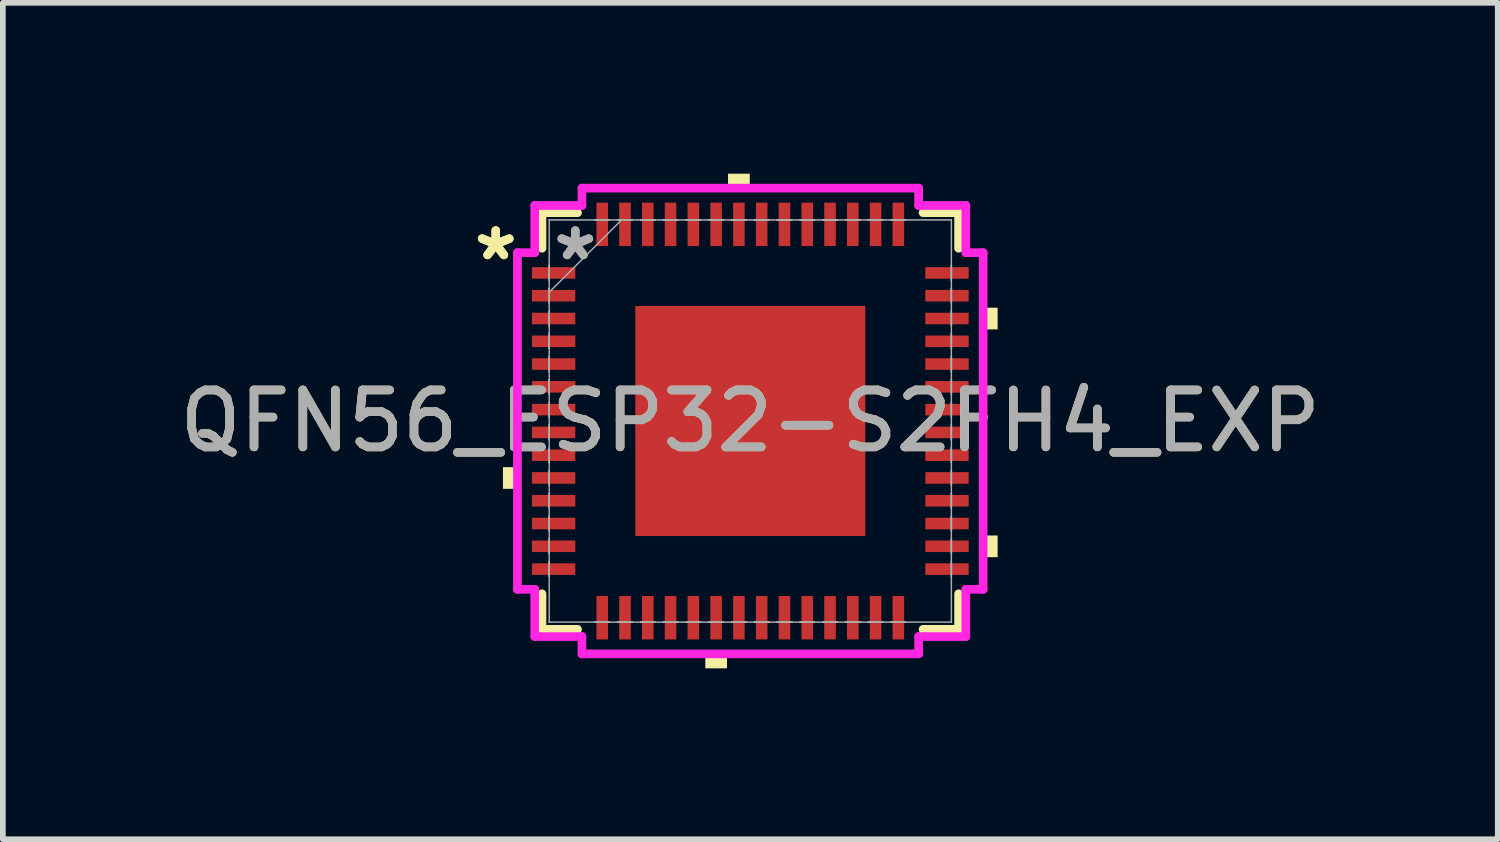
<source format=kicad_pcb>
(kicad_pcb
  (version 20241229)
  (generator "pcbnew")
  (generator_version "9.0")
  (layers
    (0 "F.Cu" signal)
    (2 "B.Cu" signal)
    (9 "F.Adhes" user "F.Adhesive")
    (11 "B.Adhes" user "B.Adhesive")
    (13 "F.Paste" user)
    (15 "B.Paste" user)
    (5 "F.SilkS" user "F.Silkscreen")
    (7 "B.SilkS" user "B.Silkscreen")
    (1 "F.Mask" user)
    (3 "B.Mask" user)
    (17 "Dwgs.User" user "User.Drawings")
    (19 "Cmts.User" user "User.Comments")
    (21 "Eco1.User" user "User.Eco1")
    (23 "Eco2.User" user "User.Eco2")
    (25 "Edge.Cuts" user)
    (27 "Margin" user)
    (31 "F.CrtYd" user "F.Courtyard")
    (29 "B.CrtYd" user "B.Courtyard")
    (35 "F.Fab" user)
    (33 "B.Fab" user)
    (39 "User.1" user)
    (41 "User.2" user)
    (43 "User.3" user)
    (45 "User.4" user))
  (footprint "QFN56_ESP32-S2FH4_EXP"
    (layer "F.Cu")
    (at 10.125 4.343)
    (property "Reference" "QFN56_ESP32-S2FH4_EXP" (at 0 0 0) (unlocked yes) (layer "F.SilkS") (effects (font (size 1 1) (thickness 0.15))))
    (attr smd)
    (fp_line (start -3.658 -3.658) (end -3.658 -3.034) (stroke (width 0.152) (type solid)) (layer "F.SilkS"))
    (fp_line (start -3.658 3.034) (end -3.658 3.658) (stroke (width 0.152) (type solid)) (layer "F.SilkS"))
    (fp_line (start -3.658 3.658) (end -3.034 3.658) (stroke (width 0.152) (type solid)) (layer "F.SilkS"))
    (fp_line (start -3.034 -3.658) (end -3.658 -3.658) (stroke (width 0.152) (type solid)) (layer "F.SilkS"))
    (fp_line (start 3.034 3.658) (end 3.658 3.658) (stroke (width 0.152) (type solid)) (layer "F.SilkS"))
    (fp_line (start 3.658 -3.658) (end 3.034 -3.658) (stroke (width 0.152) (type solid)) (layer "F.SilkS"))
    (fp_line (start 3.658 -3.034) (end 3.658 -3.658) (stroke (width 0.152) (type solid)) (layer "F.SilkS"))
    (fp_line (start 3.658 3.658) (end 3.658 3.034) (stroke (width 0.152) (type solid)) (layer "F.SilkS"))
    (fp_poly (pts (xy -4.343 0.81) (xy -4.343 1.191) (xy -4.089 1.191) (xy -4.089 0.81)) (stroke (width 0) (type solid)) (fill yes) (layer "F.SilkS"))
    (fp_poly (pts (xy -0.79 4.089) (xy -0.79 4.343) (xy -0.409 4.343) (xy -0.409 4.089)) (stroke (width 0) (type solid)) (fill yes) (layer "F.SilkS"))
    (fp_poly (pts (xy -0.391 -4.089) (xy -0.391 -4.343) (xy -0.009 -4.343) (xy -0.009 -4.089)) (stroke (width 0) (type solid)) (fill yes) (layer "F.SilkS"))
    (fp_poly (pts (xy 4.343 -1.99) (xy 4.343 -1.609) (xy 4.089 -1.609) (xy 4.089 -1.99)) (stroke (width 0) (type solid)) (fill yes) (layer "F.SilkS"))
    (fp_poly (pts (xy 4.343 2.01) (xy 4.343 2.391) (xy 4.089 2.391) (xy 4.089 2.01)) (stroke (width 0) (type solid)) (fill yes) (layer "F.SilkS"))
    (fp_poly (pts (xy -1.919 -1.919) (xy -1.919 -0.773) (xy -0.773 -0.773) (xy -0.773 -1.919)) (stroke (width 0) (type solid)) (fill yes) (layer "F.Paste"))
    (fp_poly (pts (xy -1.919 -0.573) (xy -1.919 0.573) (xy -0.773 0.573) (xy -0.773 -0.573)) (stroke (width 0) (type solid)) (fill yes) (layer "F.Paste"))
    (fp_poly (pts (xy -1.919 0.773) (xy -1.919 1.919) (xy -0.773 1.919) (xy -0.773 0.773)) (stroke (width 0) (type solid)) (fill yes) (layer "F.Paste"))
    (fp_poly (pts (xy -0.573 -1.919) (xy -0.573 -0.773) (xy 0.573 -0.773) (xy 0.573 -1.919)) (stroke (width 0) (type solid)) (fill yes) (layer "F.Paste"))
    (fp_poly (pts (xy -0.573 -0.573) (xy -0.573 0.573) (xy 0.573 0.573) (xy 0.573 -0.573)) (stroke (width 0) (type solid)) (fill yes) (layer "F.Paste"))
    (fp_poly (pts (xy -0.573 0.773) (xy -0.573 1.919) (xy 0.573 1.919) (xy 0.573 0.773)) (stroke (width 0) (type solid)) (fill yes) (layer "F.Paste"))
    (fp_poly (pts (xy 0.773 -1.919) (xy 0.773 -0.773) (xy 1.919 -0.773) (xy 1.919 -1.919)) (stroke (width 0) (type solid)) (fill yes) (layer "F.Paste"))
    (fp_poly (pts (xy 0.773 -0.573) (xy 0.773 0.573) (xy 1.919 0.573) (xy 1.919 -0.573)) (stroke (width 0) (type solid)) (fill yes) (layer "F.Paste"))
    (fp_poly (pts (xy 0.773 0.773) (xy 0.773 1.919) (xy 1.919 1.919) (xy 1.919 0.773)) (stroke (width 0) (type solid)) (fill yes) (layer "F.Paste"))
    (fp_line (start -4.089 -2.956) (end -3.785 -2.956) (stroke (width 0.152) (type solid)) (layer "F.CrtYd"))
    (fp_line (start -4.089 2.956) (end -4.089 -2.956) (stroke (width 0.152) (type solid)) (layer "F.CrtYd"))
    (fp_line (start -3.785 -3.785) (end -2.956 -3.785) (stroke (width 0.152) (type solid)) (layer "F.CrtYd"))
    (fp_line (start -3.785 -2.956) (end -3.785 -3.785) (stroke (width 0.152) (type solid)) (layer "F.CrtYd"))
    (fp_line (start -3.785 2.956) (end -4.089 2.956) (stroke (width 0.152) (type solid)) (layer "F.CrtYd"))
    (fp_line (start -3.785 3.785) (end -3.785 2.956) (stroke (width 0.152) (type solid)) (layer "F.CrtYd"))
    (fp_line (start -2.956 -4.089) (end 2.956 -4.089) (stroke (width 0.152) (type solid)) (layer "F.CrtYd"))
    (fp_line (start -2.956 -3.785) (end -2.956 -4.089) (stroke (width 0.152) (type solid)) (layer "F.CrtYd"))
    (fp_line (start -2.956 3.785) (end -3.785 3.785) (stroke (width 0.152) (type solid)) (layer "F.CrtYd"))
    (fp_line (start -2.956 4.089) (end -2.956 3.785) (stroke (width 0.152) (type solid)) (layer "F.CrtYd"))
    (fp_line (start 2.956 -4.089) (end 2.956 -3.785) (stroke (width 0.152) (type solid)) (layer "F.CrtYd"))
    (fp_line (start 2.956 -3.785) (end 3.785 -3.785) (stroke (width 0.152) (type solid)) (layer "F.CrtYd"))
    (fp_line (start 2.956 3.785) (end 2.956 4.089) (stroke (width 0.152) (type solid)) (layer "F.CrtYd"))
    (fp_line (start 2.956 4.089) (end -2.956 4.089) (stroke (width 0.152) (type solid)) (layer "F.CrtYd"))
    (fp_line (start 3.785 -3.785) (end 3.785 -2.956) (stroke (width 0.152) (type solid)) (layer "F.CrtYd"))
    (fp_line (start 3.785 -2.956) (end 4.089 -2.956) (stroke (width 0.152) (type solid)) (layer "F.CrtYd"))
    (fp_line (start 3.785 2.956) (end 3.785 3.785) (stroke (width 0.152) (type solid)) (layer "F.CrtYd"))
    (fp_line (start 3.785 3.785) (end 2.956 3.785) (stroke (width 0.152) (type solid)) (layer "F.CrtYd"))
    (fp_line (start 4.089 -2.956) (end 4.089 2.956) (stroke (width 0.152) (type solid)) (layer "F.CrtYd"))
    (fp_line (start 4.089 2.956) (end 3.785 2.956) (stroke (width 0.152) (type solid)) (layer "F.CrtYd"))
    (fp_line (start -3.531 -3.531) (end -3.531 -3.531) (stroke (width 0.025) (type solid)) (layer "F.Fab"))
    (fp_line (start -3.531 -3.531) (end -3.531 3.531) (stroke (width 0.025) (type solid)) (layer "F.Fab"))
    (fp_line (start -3.531 -2.727) (end -3.531 -2.727) (stroke (width 0.025) (type solid)) (layer "F.Fab"))
    (fp_line (start -3.531 -2.727) (end -3.531 -2.473) (stroke (width 0.025) (type solid)) (layer "F.Fab"))
    (fp_line (start -3.531 -2.473) (end -3.531 -2.727) (stroke (width 0.025) (type solid)) (layer "F.Fab"))
    (fp_line (start -3.531 -2.473) (end -3.531 -2.473) (stroke (width 0.025) (type solid)) (layer "F.Fab"))
    (fp_line (start -3.531 -2.327) (end -3.531 -2.327) (stroke (width 0.025) (type solid)) (layer "F.Fab"))
    (fp_line (start -3.531 -2.327) (end -3.531 -2.073) (stroke (width 0.025) (type solid)) (layer "F.Fab"))
    (fp_line (start -3.531 -2.261) (end -2.261 -3.531) (stroke (width 0.025) (type solid)) (layer "F.Fab"))
    (fp_line (start -3.531 -2.073) (end -3.531 -2.327) (stroke (width 0.025) (type solid)) (layer "F.Fab"))
    (fp_line (start -3.531 -2.073) (end -3.531 -2.073) (stroke (width 0.025) (type solid)) (layer "F.Fab"))
    (fp_line (start -3.531 -1.927) (end -3.531 -1.927) (stroke (width 0.025) (type solid)) (layer "F.Fab"))
    (fp_line (start -3.531 -1.927) (end -3.531 -1.673) (stroke (width 0.025) (type solid)) (layer "F.Fab"))
    (fp_line (start -3.531 -1.673) (end -3.531 -1.927) (stroke (width 0.025) (type solid)) (layer "F.Fab"))
    (fp_line (start -3.531 -1.673) (end -3.531 -1.673) (stroke (width 0.025) (type solid)) (layer "F.Fab"))
    (fp_line (start -3.531 -1.527) (end -3.531 -1.527) (stroke (width 0.025) (type solid)) (layer "F.Fab"))
    (fp_line (start -3.531 -1.527) (end -3.531 -1.273) (stroke (width 0.025) (type solid)) (layer "F.Fab"))
    (fp_line (start -3.531 -1.273) (end -3.531 -1.527) (stroke (width 0.025) (type solid)) (layer "F.Fab"))
    (fp_line (start -3.531 -1.273) (end -3.531 -1.273) (stroke (width 0.025) (type solid)) (layer "F.Fab"))
    (fp_line (start -3.531 -1.127) (end -3.531 -1.127) (stroke (width 0.025) (type solid)) (layer "F.Fab"))
    (fp_line (start -3.531 -1.127) (end -3.531 -0.873) (stroke (width 0.025) (type solid)) (layer "F.Fab"))
    (fp_line (start -3.531 -0.873) (end -3.531 -1.127) (stroke (width 0.025) (type solid)) (layer "F.Fab"))
    (fp_line (start -3.531 -0.873) (end -3.531 -0.873) (stroke (width 0.025) (type solid)) (layer "F.Fab"))
    (fp_line (start -3.531 -0.727) (end -3.531 -0.727) (stroke (width 0.025) (type solid)) (layer "F.Fab"))
    (fp_line (start -3.531 -0.727) (end -3.531 -0.473) (stroke (width 0.025) (type solid)) (layer "F.Fab"))
    (fp_line (start -3.531 -0.473) (end -3.531 -0.727) (stroke (width 0.025) (type solid)) (layer "F.Fab"))
    (fp_line (start -3.531 -0.473) (end -3.531 -0.473) (stroke (width 0.025) (type solid)) (layer "F.Fab"))
    (fp_line (start -3.531 -0.327) (end -3.531 -0.327) (stroke (width 0.025) (type solid)) (layer "F.Fab"))
    (fp_line (start -3.531 -0.327) (end -3.531 -0.073) (stroke (width 0.025) (type solid)) (layer "F.Fab"))
    (fp_line (start -3.531 -0.073) (end -3.531 -0.327) (stroke (width 0.025) (type solid)) (layer "F.Fab"))
    (fp_line (start -3.531 -0.073) (end -3.531 -0.073) (stroke (width 0.025) (type solid)) (layer "F.Fab"))
    (fp_line (start -3.531 0.073) (end -3.531 0.073) (stroke (width 0.025) (type solid)) (layer "F.Fab"))
    (fp_line (start -3.531 0.073) (end -3.531 0.327) (stroke (width 0.025) (type solid)) (layer "F.Fab"))
    (fp_line (start -3.531 0.327) (end -3.531 0.073) (stroke (width 0.025) (type solid)) (layer "F.Fab"))
    (fp_line (start -3.531 0.327) (end -3.531 0.327) (stroke (width 0.025) (type solid)) (layer "F.Fab"))
    (fp_line (start -3.531 0.473) (end -3.531 0.473) (stroke (width 0.025) (type solid)) (layer "F.Fab"))
    (fp_line (start -3.531 0.473) (end -3.531 0.727) (stroke (width 0.025) (type solid)) (layer "F.Fab"))
    (fp_line (start -3.531 0.727) (end -3.531 0.473) (stroke (width 0.025) (type solid)) (layer "F.Fab"))
    (fp_line (start -3.531 0.727) (end -3.531 0.727) (stroke (width 0.025) (type solid)) (layer "F.Fab"))
    (fp_line (start -3.531 0.873) (end -3.531 0.873) (stroke (width 0.025) (type solid)) (layer "F.Fab"))
    (fp_line (start -3.531 0.873) (end -3.531 1.127) (stroke (width 0.025) (type solid)) (layer "F.Fab"))
    (fp_line (start -3.531 1.127) (end -3.531 0.873) (stroke (width 0.025) (type solid)) (layer "F.Fab"))
    (fp_line (start -3.531 1.127) (end -3.531 1.127) (stroke (width 0.025) (type solid)) (layer "F.Fab"))
    (fp_line (start -3.531 1.273) (end -3.531 1.273) (stroke (width 0.025) (type solid)) (layer "F.Fab"))
    (fp_line (start -3.531 1.273) (end -3.531 1.527) (stroke (width 0.025) (type solid)) (layer "F.Fab"))
    (fp_line (start -3.531 1.527) (end -3.531 1.273) (stroke (width 0.025) (type solid)) (layer "F.Fab"))
    (fp_line (start -3.531 1.527) (end -3.531 1.527) (stroke (width 0.025) (type solid)) (layer "F.Fab"))
    (fp_line (start -3.531 1.673) (end -3.531 1.673) (stroke (width 0.025) (type solid)) (layer "F.Fab"))
    (fp_line (start -3.531 1.673) (end -3.531 1.927) (stroke (width 0.025) (type solid)) (layer "F.Fab"))
    (fp_line (start -3.531 1.927) (end -3.531 1.673) (stroke (width 0.025) (type solid)) (layer "F.Fab"))
    (fp_line (start -3.531 1.927) (end -3.531 1.927) (stroke (width 0.025) (type solid)) (layer "F.Fab"))
    (fp_line (start -3.531 2.073) (end -3.531 2.073) (stroke (width 0.025) (type solid)) (layer "F.Fab"))
    (fp_line (start -3.531 2.073) (end -3.531 2.327) (stroke (width 0.025) (type solid)) (layer "F.Fab"))
    (fp_line (start -3.531 2.327) (end -3.531 2.073) (stroke (width 0.025) (type solid)) (layer "F.Fab"))
    (fp_line (start -3.531 2.327) (end -3.531 2.327) (stroke (width 0.025) (type solid)) (layer "F.Fab"))
    (fp_line (start -3.531 2.473) (end -3.531 2.473) (stroke (width 0.025) (type solid)) (layer "F.Fab"))
    (fp_line (start -3.531 2.473) (end -3.531 2.727) (stroke (width 0.025) (type solid)) (layer "F.Fab"))
    (fp_line (start -3.531 2.727) (end -3.531 2.473) (stroke (width 0.025) (type solid)) (layer "F.Fab"))
    (fp_line (start -3.531 2.727) (end -3.531 2.727) (stroke (width 0.025) (type solid)) (layer "F.Fab"))
    (fp_line (start -3.531 3.531) (end -3.531 3.531) (stroke (width 0.025) (type solid)) (layer "F.Fab"))
    (fp_line (start -3.531 3.531) (end 3.531 3.531) (stroke (width 0.025) (type solid)) (layer "F.Fab"))
    (fp_line (start -2.727 -3.531) (end -2.727 -3.531) (stroke (width 0.025) (type solid)) (layer "F.Fab"))
    (fp_line (start -2.727 -3.531) (end -2.473 -3.531) (stroke (width 0.025) (type solid)) (layer "F.Fab"))
    (fp_line (start -2.727 3.531) (end -2.727 3.531) (stroke (width 0.025) (type solid)) (layer "F.Fab"))
    (fp_line (start -2.727 3.531) (end -2.473 3.531) (stroke (width 0.025) (type solid)) (layer "F.Fab"))
    (fp_line (start -2.473 -3.531) (end -2.727 -3.531) (stroke (width 0.025) (type solid)) (layer "F.Fab"))
    (fp_line (start -2.473 -3.531) (end -2.473 -3.531) (stroke (width 0.025) (type solid)) (layer "F.Fab"))
    (fp_line (start -2.473 3.531) (end -2.727 3.531) (stroke (width 0.025) (type solid)) (layer "F.Fab"))
    (fp_line (start -2.473 3.531) (end -2.473 3.531) (stroke (width 0.025) (type solid)) (layer "F.Fab"))
    (fp_line (start -2.327 -3.531) (end -2.327 -3.531) (stroke (width 0.025) (type solid)) (layer "F.Fab"))
    (fp_line (start -2.327 -3.531) (end -2.073 -3.531) (stroke (width 0.025) (type solid)) (layer "F.Fab"))
    (fp_line (start -2.327 3.531) (end -2.327 3.531) (stroke (width 0.025) (type solid)) (layer "F.Fab"))
    (fp_line (start -2.327 3.531) (end -2.073 3.531) (stroke (width 0.025) (type solid)) (layer "F.Fab"))
    (fp_line (start -2.073 -3.531) (end -2.327 -3.531) (stroke (width 0.025) (type solid)) (layer "F.Fab"))
    (fp_line (start -2.073 -3.531) (end -2.073 -3.531) (stroke (width 0.025) (type solid)) (layer "F.Fab"))
    (fp_line (start -2.073 3.531) (end -2.327 3.531) (stroke (width 0.025) (type solid)) (layer "F.Fab"))
    (fp_line (start -2.073 3.531) (end -2.073 3.531) (stroke (width 0.025) (type solid)) (layer "F.Fab"))
    (fp_line (start -1.927 -3.531) (end -1.927 -3.531) (stroke (width 0.025) (type solid)) (layer "F.Fab"))
    (fp_line (start -1.927 -3.531) (end -1.673 -3.531) (stroke (width 0.025) (type solid)) (layer "F.Fab"))
    (fp_line (start -1.927 3.531) (end -1.927 3.531) (stroke (width 0.025) (type solid)) (layer "F.Fab"))
    (fp_line (start -1.927 3.531) (end -1.673 3.531) (stroke (width 0.025) (type solid)) (layer "F.Fab"))
    (fp_line (start -1.673 -3.531) (end -1.927 -3.531) (stroke (width 0.025) (type solid)) (layer "F.Fab"))
    (fp_line (start -1.673 -3.531) (end -1.673 -3.531) (stroke (width 0.025) (type solid)) (layer "F.Fab"))
    (fp_line (start -1.673 3.531) (end -1.927 3.531) (stroke (width 0.025) (type solid)) (layer "F.Fab"))
    (fp_line (start -1.673 3.531) (end -1.673 3.531) (stroke (width 0.025) (type solid)) (layer "F.Fab"))
    (fp_line (start -1.527 -3.531) (end -1.527 -3.531) (stroke (width 0.025) (type solid)) (layer "F.Fab"))
    (fp_line (start -1.527 -3.531) (end -1.273 -3.531) (stroke (width 0.025) (type solid)) (layer "F.Fab"))
    (fp_line (start -1.527 3.531) (end -1.527 3.531) (stroke (width 0.025) (type solid)) (layer "F.Fab"))
    (fp_line (start -1.527 3.531) (end -1.273 3.531) (stroke (width 0.025) (type solid)) (layer "F.Fab"))
    (fp_line (start -1.273 -3.531) (end -1.527 -3.531) (stroke (width 0.025) (type solid)) (layer "F.Fab"))
    (fp_line (start -1.273 -3.531) (end -1.273 -3.531) (stroke (width 0.025) (type solid)) (layer "F.Fab"))
    (fp_line (start -1.273 3.531) (end -1.527 3.531) (stroke (width 0.025) (type solid)) (layer "F.Fab"))
    (fp_line (start -1.273 3.531) (end -1.273 3.531) (stroke (width 0.025) (type solid)) (layer "F.Fab"))
    (fp_line (start -1.127 -3.531) (end -1.127 -3.531) (stroke (width 0.025) (type solid)) (layer "F.Fab"))
    (fp_line (start -1.127 -3.531) (end -0.873 -3.531) (stroke (width 0.025) (type solid)) (layer "F.Fab"))
    (fp_line (start -1.127 3.531) (end -1.127 3.531) (stroke (width 0.025) (type solid)) (layer "F.Fab"))
    (fp_line (start -1.127 3.531) (end -0.873 3.531) (stroke (width 0.025) (type solid)) (layer "F.Fab"))
    (fp_line (start -0.873 -3.531) (end -1.127 -3.531) (stroke (width 0.025) (type solid)) (layer "F.Fab"))
    (fp_line (start -0.873 -3.531) (end -0.873 -3.531) (stroke (width 0.025) (type solid)) (layer "F.Fab"))
    (fp_line (start -0.873 3.531) (end -1.127 3.531) (stroke (width 0.025) (type solid)) (layer "F.Fab"))
    (fp_line (start -0.873 3.531) (end -0.873 3.531) (stroke (width 0.025) (type solid)) (layer "F.Fab"))
    (fp_line (start -0.727 -3.531) (end -0.727 -3.531) (stroke (width 0.025) (type solid)) (layer "F.Fab"))
    (fp_line (start -0.727 -3.531) (end -0.473 -3.531) (stroke (width 0.025) (type solid)) (layer "F.Fab"))
    (fp_line (start -0.727 3.531) (end -0.727 3.531) (stroke (width 0.025) (type solid)) (layer "F.Fab"))
    (fp_line (start -0.727 3.531) (end -0.473 3.531) (stroke (width 0.025) (type solid)) (layer "F.Fab"))
    (fp_line (start -0.473 -3.531) (end -0.727 -3.531) (stroke (width 0.025) (type solid)) (layer "F.Fab"))
    (fp_line (start -0.473 -3.531) (end -0.473 -3.531) (stroke (width 0.025) (type solid)) (layer "F.Fab"))
    (fp_line (start -0.473 3.531) (end -0.727 3.531) (stroke (width 0.025) (type solid)) (layer "F.Fab"))
    (fp_line (start -0.473 3.531) (end -0.473 3.531) (stroke (width 0.025) (type solid)) (layer "F.Fab"))
    (fp_line (start -0.327 -3.531) (end -0.327 -3.531) (stroke (width 0.025) (type solid)) (layer "F.Fab"))
    (fp_line (start -0.327 -3.531) (end -0.073 -3.531) (stroke (width 0.025) (type solid)) (layer "F.Fab"))
    (fp_line (start -0.327 3.531) (end -0.327 3.531) (stroke (width 0.025) (type solid)) (layer "F.Fab"))
    (fp_line (start -0.327 3.531) (end -0.073 3.531) (stroke (width 0.025) (type solid)) (layer "F.Fab"))
    (fp_line (start -0.073 -3.531) (end -0.327 -3.531) (stroke (width 0.025) (type solid)) (layer "F.Fab"))
    (fp_line (start -0.073 -3.531) (end -0.073 -3.531) (stroke (width 0.025) (type solid)) (layer "F.Fab"))
    (fp_line (start -0.073 3.531) (end -0.327 3.531) (stroke (width 0.025) (type solid)) (layer "F.Fab"))
    (fp_line (start -0.073 3.531) (end -0.073 3.531) (stroke (width 0.025) (type solid)) (layer "F.Fab"))
    (fp_line (start 0.073 -3.531) (end 0.073 -3.531) (stroke (width 0.025) (type solid)) (layer "F.Fab"))
    (fp_line (start 0.073 -3.531) (end 0.327 -3.531) (stroke (width 0.025) (type solid)) (layer "F.Fab"))
    (fp_line (start 0.073 3.531) (end 0.073 3.531) (stroke (width 0.025) (type solid)) (layer "F.Fab"))
    (fp_line (start 0.073 3.531) (end 0.327 3.531) (stroke (width 0.025) (type solid)) (layer "F.Fab"))
    (fp_line (start 0.327 -3.531) (end 0.073 -3.531) (stroke (width 0.025) (type solid)) (layer "F.Fab"))
    (fp_line (start 0.327 -3.531) (end 0.327 -3.531) (stroke (width 0.025) (type solid)) (layer "F.Fab"))
    (fp_line (start 0.327 3.531) (end 0.073 3.531) (stroke (width 0.025) (type solid)) (layer "F.Fab"))
    (fp_line (start 0.327 3.531) (end 0.327 3.531) (stroke (width 0.025) (type solid)) (layer "F.Fab"))
    (fp_line (start 0.473 -3.531) (end 0.473 -3.531) (stroke (width 0.025) (type solid)) (layer "F.Fab"))
    (fp_line (start 0.473 -3.531) (end 0.727 -3.531) (stroke (width 0.025) (type solid)) (layer "F.Fab"))
    (fp_line (start 0.473 3.531) (end 0.473 3.531) (stroke (width 0.025) (type solid)) (layer "F.Fab"))
    (fp_line (start 0.473 3.531) (end 0.727 3.531) (stroke (width 0.025) (type solid)) (layer "F.Fab"))
    (fp_line (start 0.727 -3.531) (end 0.473 -3.531) (stroke (width 0.025) (type solid)) (layer "F.Fab"))
    (fp_line (start 0.727 -3.531) (end 0.727 -3.531) (stroke (width 0.025) (type solid)) (layer "F.Fab"))
    (fp_line (start 0.727 3.531) (end 0.473 3.531) (stroke (width 0.025) (type solid)) (layer "F.Fab"))
    (fp_line (start 0.727 3.531) (end 0.727 3.531) (stroke (width 0.025) (type solid)) (layer "F.Fab"))
    (fp_line (start 0.873 -3.531) (end 0.873 -3.531) (stroke (width 0.025) (type solid)) (layer "F.Fab"))
    (fp_line (start 0.873 -3.531) (end 1.127 -3.531) (stroke (width 0.025) (type solid)) (layer "F.Fab"))
    (fp_line (start 0.873 3.531) (end 0.873 3.531) (stroke (width 0.025) (type solid)) (layer "F.Fab"))
    (fp_line (start 0.873 3.531) (end 1.127 3.531) (stroke (width 0.025) (type solid)) (layer "F.Fab"))
    (fp_line (start 1.127 -3.531) (end 0.873 -3.531) (stroke (width 0.025) (type solid)) (layer "F.Fab"))
    (fp_line (start 1.127 -3.531) (end 1.127 -3.531) (stroke (width 0.025) (type solid)) (layer "F.Fab"))
    (fp_line (start 1.127 3.531) (end 0.873 3.531) (stroke (width 0.025) (type solid)) (layer "F.Fab"))
    (fp_line (start 1.127 3.531) (end 1.127 3.531) (stroke (width 0.025) (type solid)) (layer "F.Fab"))
    (fp_line (start 1.273 -3.531) (end 1.273 -3.531) (stroke (width 0.025) (type solid)) (layer "F.Fab"))
    (fp_line (start 1.273 -3.531) (end 1.527 -3.531) (stroke (width 0.025) (type solid)) (layer "F.Fab"))
    (fp_line (start 1.273 3.531) (end 1.273 3.531) (stroke (width 0.025) (type solid)) (layer "F.Fab"))
    (fp_line (start 1.273 3.531) (end 1.527 3.531) (stroke (width 0.025) (type solid)) (layer "F.Fab"))
    (fp_line (start 1.527 -3.531) (end 1.273 -3.531) (stroke (width 0.025) (type solid)) (layer "F.Fab"))
    (fp_line (start 1.527 -3.531) (end 1.527 -3.531) (stroke (width 0.025) (type solid)) (layer "F.Fab"))
    (fp_line (start 1.527 3.531) (end 1.273 3.531) (stroke (width 0.025) (type solid)) (layer "F.Fab"))
    (fp_line (start 1.527 3.531) (end 1.527 3.531) (stroke (width 0.025) (type solid)) (layer "F.Fab"))
    (fp_line (start 1.673 -3.531) (end 1.673 -3.531) (stroke (width 0.025) (type solid)) (layer "F.Fab"))
    (fp_line (start 1.673 -3.531) (end 1.927 -3.531) (stroke (width 0.025) (type solid)) (layer "F.Fab"))
    (fp_line (start 1.673 3.531) (end 1.673 3.531) (stroke (width 0.025) (type solid)) (layer "F.Fab"))
    (fp_line (start 1.673 3.531) (end 1.927 3.531) (stroke (width 0.025) (type solid)) (layer "F.Fab"))
    (fp_line (start 1.927 -3.531) (end 1.673 -3.531) (stroke (width 0.025) (type solid)) (layer "F.Fab"))
    (fp_line (start 1.927 -3.531) (end 1.927 -3.531) (stroke (width 0.025) (type solid)) (layer "F.Fab"))
    (fp_line (start 1.927 3.531) (end 1.673 3.531) (stroke (width 0.025) (type solid)) (layer "F.Fab"))
    (fp_line (start 1.927 3.531) (end 1.927 3.531) (stroke (width 0.025) (type solid)) (layer "F.Fab"))
    (fp_line (start 2.073 -3.531) (end 2.073 -3.531) (stroke (width 0.025) (type solid)) (layer "F.Fab"))
    (fp_line (start 2.073 -3.531) (end 2.327 -3.531) (stroke (width 0.025) (type solid)) (layer "F.Fab"))
    (fp_line (start 2.073 3.531) (end 2.073 3.531) (stroke (width 0.025) (type solid)) (layer "F.Fab"))
    (fp_line (start 2.073 3.531) (end 2.327 3.531) (stroke (width 0.025) (type solid)) (layer "F.Fab"))
    (fp_line (start 2.327 -3.531) (end 2.073 -3.531) (stroke (width 0.025) (type solid)) (layer "F.Fab"))
    (fp_line (start 2.327 -3.531) (end 2.327 -3.531) (stroke (width 0.025) (type solid)) (layer "F.Fab"))
    (fp_line (start 2.327 3.531) (end 2.073 3.531) (stroke (width 0.025) (type solid)) (layer "F.Fab"))
    (fp_line (start 2.327 3.531) (end 2.327 3.531) (stroke (width 0.025) (type solid)) (layer "F.Fab"))
    (fp_line (start 2.473 -3.531) (end 2.473 -3.531) (stroke (width 0.025) (type solid)) (layer "F.Fab"))
    (fp_line (start 2.473 -3.531) (end 2.727 -3.531) (stroke (width 0.025) (type solid)) (layer "F.Fab"))
    (fp_line (start 2.473 3.531) (end 2.473 3.531) (stroke (width 0.025) (type solid)) (layer "F.Fab"))
    (fp_line (start 2.473 3.531) (end 2.727 3.531) (stroke (width 0.025) (type solid)) (layer "F.Fab"))
    (fp_line (start 2.727 -3.531) (end 2.473 -3.531) (stroke (width 0.025) (type solid)) (layer "F.Fab"))
    (fp_line (start 2.727 -3.531) (end 2.727 -3.531) (stroke (width 0.025) (type solid)) (layer "F.Fab"))
    (fp_line (start 2.727 3.531) (end 2.473 3.531) (stroke (width 0.025) (type solid)) (layer "F.Fab"))
    (fp_line (start 2.727 3.531) (end 2.727 3.531) (stroke (width 0.025) (type solid)) (layer "F.Fab"))
    (fp_line (start 3.531 -3.531) (end -3.531 -3.531) (stroke (width 0.025) (type solid)) (layer "F.Fab"))
    (fp_line (start 3.531 -3.531) (end 3.531 -3.531) (stroke (width 0.025) (type solid)) (layer "F.Fab"))
    (fp_line (start 3.531 -2.727) (end 3.531 -2.727) (stroke (width 0.025) (type solid)) (layer "F.Fab"))
    (fp_line (start 3.531 -2.727) (end 3.531 -2.473) (stroke (width 0.025) (type solid)) (layer "F.Fab"))
    (fp_line (start 3.531 -2.473) (end 3.531 -2.727) (stroke (width 0.025) (type solid)) (layer "F.Fab"))
    (fp_line (start 3.531 -2.473) (end 3.531 -2.473) (stroke (width 0.025) (type solid)) (layer "F.Fab"))
    (fp_line (start 3.531 -2.327) (end 3.531 -2.327) (stroke (width 0.025) (type solid)) (layer "F.Fab"))
    (fp_line (start 3.531 -2.327) (end 3.531 -2.073) (stroke (width 0.025) (type solid)) (layer "F.Fab"))
    (fp_line (start 3.531 -2.073) (end 3.531 -2.327) (stroke (width 0.025) (type solid)) (layer "F.Fab"))
    (fp_line (start 3.531 -2.073) (end 3.531 -2.073) (stroke (width 0.025) (type solid)) (layer "F.Fab"))
    (fp_line (start 3.531 -1.927) (end 3.531 -1.927) (stroke (width 0.025) (type solid)) (layer "F.Fab"))
    (fp_line (start 3.531 -1.927) (end 3.531 -1.673) (stroke (width 0.025) (type solid)) (layer "F.Fab"))
    (fp_line (start 3.531 -1.673) (end 3.531 -1.927) (stroke (width 0.025) (type solid)) (layer "F.Fab"))
    (fp_line (start 3.531 -1.673) (end 3.531 -1.673) (stroke (width 0.025) (type solid)) (layer "F.Fab"))
    (fp_line (start 3.531 -1.527) (end 3.531 -1.527) (stroke (width 0.025) (type solid)) (layer "F.Fab"))
    (fp_line (start 3.531 -1.527) (end 3.531 -1.273) (stroke (width 0.025) (type solid)) (layer "F.Fab"))
    (fp_line (start 3.531 -1.273) (end 3.531 -1.527) (stroke (width 0.025) (type solid)) (layer "F.Fab"))
    (fp_line (start 3.531 -1.273) (end 3.531 -1.273) (stroke (width 0.025) (type solid)) (layer "F.Fab"))
    (fp_line (start 3.531 -1.127) (end 3.531 -1.127) (stroke (width 0.025) (type solid)) (layer "F.Fab"))
    (fp_line (start 3.531 -1.127) (end 3.531 -0.873) (stroke (width 0.025) (type solid)) (layer "F.Fab"))
    (fp_line (start 3.531 -0.873) (end 3.531 -1.127) (stroke (width 0.025) (type solid)) (layer "F.Fab"))
    (fp_line (start 3.531 -0.873) (end 3.531 -0.873) (stroke (width 0.025) (type solid)) (layer "F.Fab"))
    (fp_line (start 3.531 -0.727) (end 3.531 -0.727) (stroke (width 0.025) (type solid)) (layer "F.Fab"))
    (fp_line (start 3.531 -0.727) (end 3.531 -0.473) (stroke (width 0.025) (type solid)) (layer "F.Fab"))
    (fp_line (start 3.531 -0.473) (end 3.531 -0.727) (stroke (width 0.025) (type solid)) (layer "F.Fab"))
    (fp_line (start 3.531 -0.473) (end 3.531 -0.473) (stroke (width 0.025) (type solid)) (layer "F.Fab"))
    (fp_line (start 3.531 -0.327) (end 3.531 -0.327) (stroke (width 0.025) (type solid)) (layer "F.Fab"))
    (fp_line (start 3.531 -0.327) (end 3.531 -0.073) (stroke (width 0.025) (type solid)) (layer "F.Fab"))
    (fp_line (start 3.531 -0.073) (end 3.531 -0.327) (stroke (width 0.025) (type solid)) (layer "F.Fab"))
    (fp_line (start 3.531 -0.073) (end 3.531 -0.073) (stroke (width 0.025) (type solid)) (layer "F.Fab"))
    (fp_line (start 3.531 0.073) (end 3.531 0.073) (stroke (width 0.025) (type solid)) (layer "F.Fab"))
    (fp_line (start 3.531 0.073) (end 3.531 0.327) (stroke (width 0.025) (type solid)) (layer "F.Fab"))
    (fp_line (start 3.531 0.327) (end 3.531 0.073) (stroke (width 0.025) (type solid)) (layer "F.Fab"))
    (fp_line (start 3.531 0.327) (end 3.531 0.327) (stroke (width 0.025) (type solid)) (layer "F.Fab"))
    (fp_line (start 3.531 0.473) (end 3.531 0.473) (stroke (width 0.025) (type solid)) (layer "F.Fab"))
    (fp_line (start 3.531 0.473) (end 3.531 0.727) (stroke (width 0.025) (type solid)) (layer "F.Fab"))
    (fp_line (start 3.531 0.727) (end 3.531 0.473) (stroke (width 0.025) (type solid)) (layer "F.Fab"))
    (fp_line (start 3.531 0.727) (end 3.531 0.727) (stroke (width 0.025) (type solid)) (layer "F.Fab"))
    (fp_line (start 3.531 0.873) (end 3.531 0.873) (stroke (width 0.025) (type solid)) (layer "F.Fab"))
    (fp_line (start 3.531 0.873) (end 3.531 1.127) (stroke (width 0.025) (type solid)) (layer "F.Fab"))
    (fp_line (start 3.531 1.127) (end 3.531 0.873) (stroke (width 0.025) (type solid)) (layer "F.Fab"))
    (fp_line (start 3.531 1.127) (end 3.531 1.127) (stroke (width 0.025) (type solid)) (layer "F.Fab"))
    (fp_line (start 3.531 1.273) (end 3.531 1.273) (stroke (width 0.025) (type solid)) (layer "F.Fab"))
    (fp_line (start 3.531 1.273) (end 3.531 1.527) (stroke (width 0.025) (type solid)) (layer "F.Fab"))
    (fp_line (start 3.531 1.527) (end 3.531 1.273) (stroke (width 0.025) (type solid)) (layer "F.Fab"))
    (fp_line (start 3.531 1.527) (end 3.531 1.527) (stroke (width 0.025) (type solid)) (layer "F.Fab"))
    (fp_line (start 3.531 1.673) (end 3.531 1.673) (stroke (width 0.025) (type solid)) (layer "F.Fab"))
    (fp_line (start 3.531 1.673) (end 3.531 1.927) (stroke (width 0.025) (type solid)) (layer "F.Fab"))
    (fp_line (start 3.531 1.927) (end 3.531 1.673) (stroke (width 0.025) (type solid)) (layer "F.Fab"))
    (fp_line (start 3.531 1.927) (end 3.531 1.927) (stroke (width 0.025) (type solid)) (layer "F.Fab"))
    (fp_line (start 3.531 2.073) (end 3.531 2.073) (stroke (width 0.025) (type solid)) (layer "F.Fab"))
    (fp_line (start 3.531 2.073) (end 3.531 2.327) (stroke (width 0.025) (type solid)) (layer "F.Fab"))
    (fp_line (start 3.531 2.327) (end 3.531 2.073) (stroke (width 0.025) (type solid)) (layer "F.Fab"))
    (fp_line (start 3.531 2.327) (end 3.531 2.327) (stroke (width 0.025) (type solid)) (layer "F.Fab"))
    (fp_line (start 3.531 2.473) (end 3.531 2.473) (stroke (width 0.025) (type solid)) (layer "F.Fab"))
    (fp_line (start 3.531 2.473) (end 3.531 2.727) (stroke (width 0.025) (type solid)) (layer "F.Fab"))
    (fp_line (start 3.531 2.727) (end 3.531 2.473) (stroke (width 0.025) (type solid)) (layer "F.Fab"))
    (fp_line (start 3.531 2.727) (end 3.531 2.727) (stroke (width 0.025) (type solid)) (layer "F.Fab"))
    (fp_line (start 3.531 3.531) (end 3.531 -3.531) (stroke (width 0.025) (type solid)) (layer "F.Fab"))
    (fp_line (start 3.531 3.531) (end 3.531 3.531) (stroke (width 0.025) (type solid)) (layer "F.Fab"))
    (fp_text user "*" (at -4.47 -2.8 0) (unlocked yes) (layer "F.SilkS") (effects (font (size 1 1) (thickness 0.15))))
    (fp_text user "*" (at -4.47 -2.8 0) (layer "F.SilkS") (effects (font (size 1 1) (thickness 0.15))))
    (fp_text user "*" (at -3.073 -2.8 0) (unlocked yes) (layer "F.Fab") (effects (font (size 1 1) (thickness 0.15))))
    (fp_text user "*" (at -3.073 -2.8 0) (layer "F.Fab") (effects (font (size 1 1) (thickness 0.15))))
    (fp_text user "${REFERENCE}" (at 0 0 0) (unlocked yes) (layer "F.Fab") (effects (font (size 1 1) (thickness 0.15))))
    (pad "1" smd rect (at -3.454 -2.6 90) (size 0.203 0.762) (layers "F.Cu" "F.Mask" "F.Paste"))
    (pad "2" smd rect (at -3.454 -2.2 90) (size 0.203 0.762) (layers "F.Cu" "F.Mask" "F.Paste"))
    (pad "3" smd rect (at -3.454 -1.8 90) (size 0.203 0.762) (layers "F.Cu" "F.Mask" "F.Paste"))
    (pad "4" smd rect (at -3.454 -1.4 90) (size 0.203 0.762) (layers "F.Cu" "F.Mask" "F.Paste"))
    (pad "5" smd rect (at -3.454 -1 90) (size 0.203 0.762) (layers "F.Cu" "F.Mask" "F.Paste"))
    (pad "6" smd rect (at -3.454 -0.6 90) (size 0.203 0.762) (layers "F.Cu" "F.Mask" "F.Paste"))
    (pad "7" smd rect (at -3.454 -0.2 90) (size 0.203 0.762) (layers "F.Cu" "F.Mask" "F.Paste"))
    (pad "8" smd rect (at -3.454 0.2 90) (size 0.203 0.762) (layers "F.Cu" "F.Mask" "F.Paste"))
    (pad "9" smd rect (at -3.454 0.6 90) (size 0.203 0.762) (layers "F.Cu" "F.Mask" "F.Paste"))
    (pad "10" smd rect (at -3.454 1 90) (size 0.203 0.762) (layers "F.Cu" "F.Mask" "F.Paste"))
    (pad "11" smd rect (at -3.454 1.4 90) (size 0.203 0.762) (layers "F.Cu" "F.Mask" "F.Paste"))
    (pad "12" smd rect (at -3.454 1.8 90) (size 0.203 0.762) (layers "F.Cu" "F.Mask" "F.Paste"))
    (pad "13" smd rect (at -3.454 2.2 90) (size 0.203 0.762) (layers "F.Cu" "F.Mask" "F.Paste"))
    (pad "14" smd rect (at -3.454 2.6 90) (size 0.203 0.762) (layers "F.Cu" "F.Mask" "F.Paste"))
    (pad "15" smd rect (at -2.6 3.454) (size 0.203 0.762) (layers "F.Cu" "F.Mask" "F.Paste"))
    (pad "16" smd rect (at -2.2 3.454) (size 0.203 0.762) (layers "F.Cu" "F.Mask" "F.Paste"))
    (pad "17" smd rect (at -1.8 3.454) (size 0.203 0.762) (layers "F.Cu" "F.Mask" "F.Paste"))
    (pad "18" smd rect (at -1.4 3.454) (size 0.203 0.762) (layers "F.Cu" "F.Mask" "F.Paste"))
    (pad "19" smd rect (at -1 3.454) (size 0.203 0.762) (layers "F.Cu" "F.Mask" "F.Paste"))
    (pad "20" smd rect (at -0.6 3.454) (size 0.203 0.762) (layers "F.Cu" "F.Mask" "F.Paste"))
    (pad "21" smd rect (at -0.2 3.454) (size 0.203 0.762) (layers "F.Cu" "F.Mask" "F.Paste"))
    (pad "22" smd rect (at 0.2 3.454) (size 0.203 0.762) (layers "F.Cu" "F.Mask" "F.Paste"))
    (pad "23" smd rect (at 0.6 3.454) (size 0.203 0.762) (layers "F.Cu" "F.Mask" "F.Paste"))
    (pad "24" smd rect (at 1 3.454) (size 0.203 0.762) (layers "F.Cu" "F.Mask" "F.Paste"))
    (pad "25" smd rect (at 1.4 3.454) (size 0.203 0.762) (layers "F.Cu" "F.Mask" "F.Paste"))
    (pad "26" smd rect (at 1.8 3.454) (size 0.203 0.762) (layers "F.Cu" "F.Mask" "F.Paste"))
    (pad "27" smd rect (at 2.2 3.454) (size 0.203 0.762) (layers "F.Cu" "F.Mask" "F.Paste"))
    (pad "28" smd rect (at 2.6 3.454) (size 0.203 0.762) (layers "F.Cu" "F.Mask" "F.Paste"))
    (pad "29" smd rect (at 3.454 2.6 90) (size 0.203 0.762) (layers "F.Cu" "F.Mask" "F.Paste"))
    (pad "30" smd rect (at 3.454 2.2 90) (size 0.203 0.762) (layers "F.Cu" "F.Mask" "F.Paste"))
    (pad "31" smd rect (at 3.454 1.8 90) (size 0.203 0.762) (layers "F.Cu" "F.Mask" "F.Paste"))
    (pad "32" smd rect (at 3.454 1.4 90) (size 0.203 0.762) (layers "F.Cu" "F.Mask" "F.Paste"))
    (pad "33" smd rect (at 3.454 1 90) (size 0.203 0.762) (layers "F.Cu" "F.Mask" "F.Paste"))
    (pad "34" smd rect (at 3.454 0.6 90) (size 0.203 0.762) (layers "F.Cu" "F.Mask" "F.Paste"))
    (pad "35" smd rect (at 3.454 0.2 90) (size 0.203 0.762) (layers "F.Cu" "F.Mask" "F.Paste"))
    (pad "36" smd rect (at 3.454 -0.2 90) (size 0.203 0.762) (layers "F.Cu" "F.Mask" "F.Paste"))
    (pad "37" smd rect (at 3.454 -0.6 90) (size 0.203 0.762) (layers "F.Cu" "F.Mask" "F.Paste"))
    (pad "38" smd rect (at 3.454 -1 90) (size 0.203 0.762) (layers "F.Cu" "F.Mask" "F.Paste"))
    (pad "39" smd rect (at 3.454 -1.4 90) (size 0.203 0.762) (layers "F.Cu" "F.Mask" "F.Paste"))
    (pad "40" smd rect (at 3.454 -1.8 90) (size 0.203 0.762) (layers "F.Cu" "F.Mask" "F.Paste"))
    (pad "41" smd rect (at 3.454 -2.2 90) (size 0.203 0.762) (layers "F.Cu" "F.Mask" "F.Paste"))
    (pad "42" smd rect (at 3.454 -2.6 90) (size 0.203 0.762) (layers "F.Cu" "F.Mask" "F.Paste"))
    (pad "43" smd rect (at 2.6 -3.454) (size 0.203 0.762) (layers "F.Cu" "F.Mask" "F.Paste"))
    (pad "44" smd rect (at 2.2 -3.454) (size 0.203 0.762) (layers "F.Cu" "F.Mask" "F.Paste"))
    (pad "45" smd rect (at 1.8 -3.454) (size 0.203 0.762) (layers "F.Cu" "F.Mask" "F.Paste"))
    (pad "46" smd rect (at 1.4 -3.454) (size 0.203 0.762) (layers "F.Cu" "F.Mask" "F.Paste"))
    (pad "47" smd rect (at 1 -3.454) (size 0.203 0.762) (layers "F.Cu" "F.Mask" "F.Paste"))
    (pad "48" smd rect (at 0.6 -3.454) (size 0.203 0.762) (layers "F.Cu" "F.Mask" "F.Paste"))
    (pad "49" smd rect (at 0.2 -3.454) (size 0.203 0.762) (layers "F.Cu" "F.Mask" "F.Paste"))
    (pad "50" smd rect (at -0.2 -3.454) (size 0.203 0.762) (layers "F.Cu" "F.Mask" "F.Paste"))
    (pad "51" smd rect (at -0.6 -3.454) (size 0.203 0.762) (layers "F.Cu" "F.Mask" "F.Paste"))
    (pad "52" smd rect (at -1 -3.454) (size 0.203 0.762) (layers "F.Cu" "F.Mask" "F.Paste"))
    (pad "53" smd rect (at -1.4 -3.454) (size 0.203 0.762) (layers "F.Cu" "F.Mask" "F.Paste"))
    (pad "54" smd rect (at -1.8 -3.454) (size 0.203 0.762) (layers "F.Cu" "F.Mask" "F.Paste"))
    (pad "55" smd rect (at -2.2 -3.454) (size 0.203 0.762) (layers "F.Cu" "F.Mask" "F.Paste"))
    (pad "56" smd rect (at -2.6 -3.454) (size 0.203 0.762) (layers "F.Cu" "F.Mask" "F.Paste"))
    (pad "57" smd rect (at 0 0) (size 4.039 4.039) (layers "F.Cu" "F.Mask" "F.Paste")))
  (gr_rect
    (start -3 -3)
    (end 23.25 11.687)
    (stroke (width 0.1) (type default))
    (fill no)
    (layer "Edge.Cuts")))
</source>
